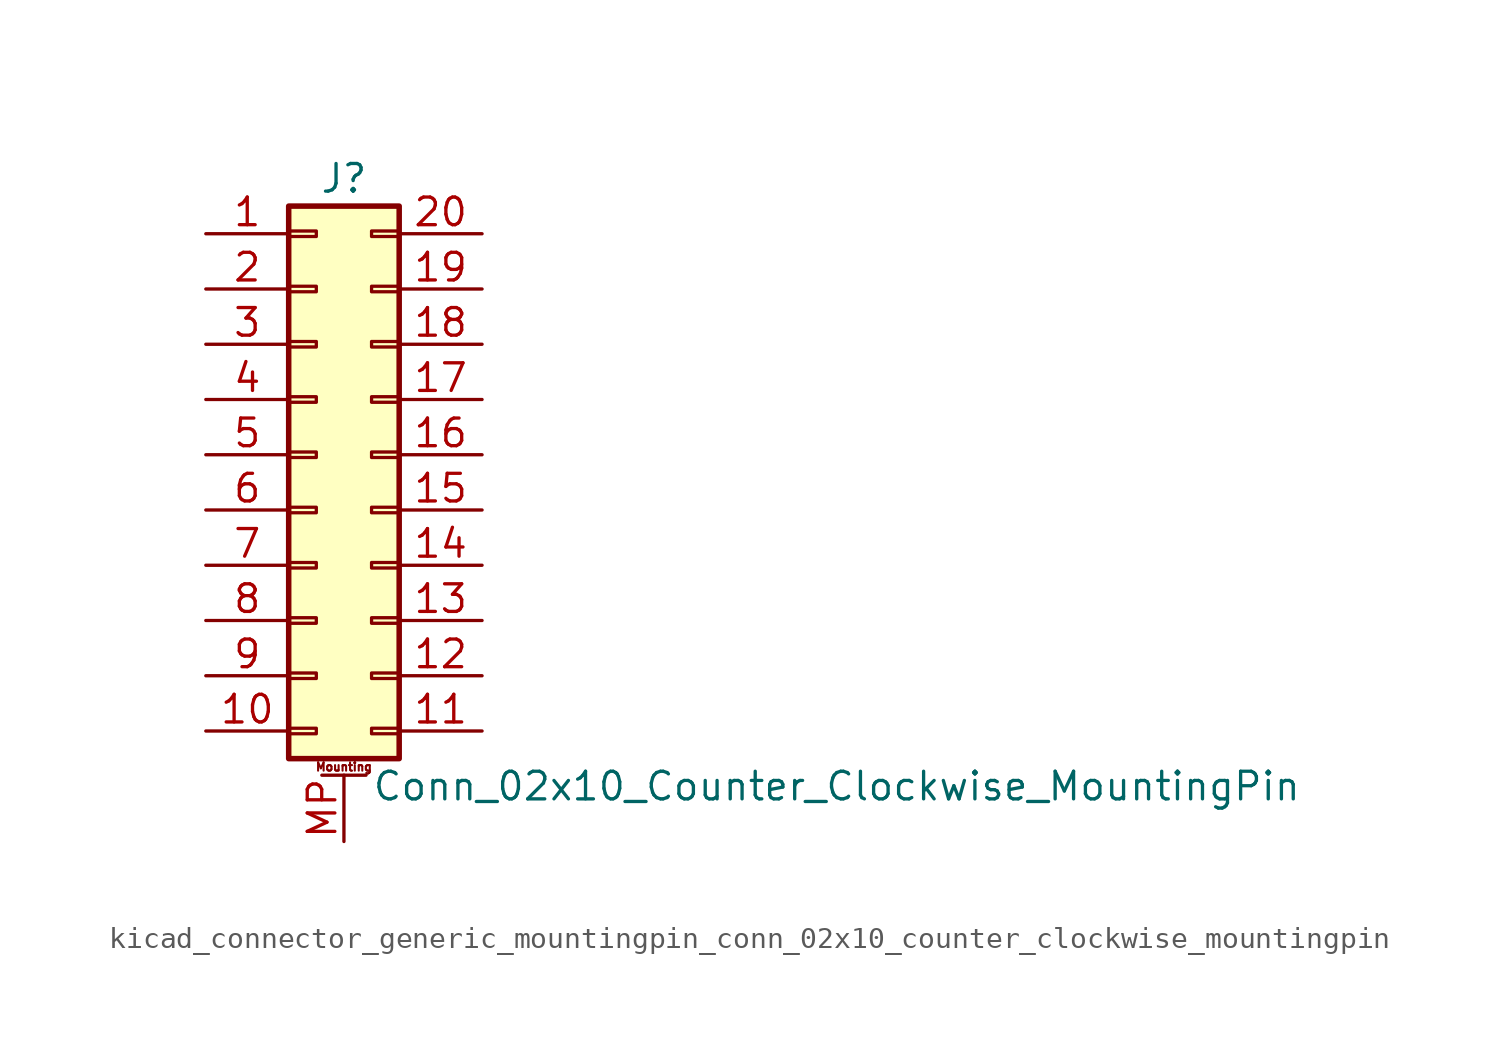
<source format=kicad_sym>
(kicad_symbol_lib
  (version 20220914)
  (generator kicad_symbol_editor)
  (symbol "kicad_connector_generic_mountingpin_conn_02x10_counter_clockwise_mountingpin"
    (pin_names
      (offset 1.016) hide)
    (property "Reference" "J"
      (at 1.27 12.7 0)
      (effects (font (size 1.27 1.27))))
    (property "Value" "Conn_02x10_Counter_Clockwise_MountingPin"
      (at 2.54 -15.24 0)
      (effects (font (size 1.27 1.27)) (justify left)))
    (symbol "kicad_connector_generic_mountingpin_conn_02x10_counter_clockwise_mountingpin_1_1"
      (rectangle (start -1.27 -12.573) (end 0 -12.827) (stroke (width 0.152) (type default)) (fill (type none)))
      (rectangle (start -1.27 -10.033) (end 0 -10.287) (stroke (width 0.152) (type default)) (fill (type none)))
      (rectangle (start -1.27 -7.493) (end 0 -7.747) (stroke (width 0.152) (type default)) (fill (type none)))
      (rectangle (start -1.27 -4.953) (end 0 -5.207) (stroke (width 0.152) (type default)) (fill (type none)))
      (rectangle (start -1.27 -2.413) (end 0 -2.667) (stroke (width 0.152) (type default)) (fill (type none)))
      (rectangle (start -1.27 0.127) (end 0 -0.127) (stroke (width 0.152) (type default)) (fill (type none)))
      (rectangle (start -1.27 2.667) (end 0 2.413) (stroke (width 0.152) (type default)) (fill (type none)))
      (rectangle (start -1.27 5.207) (end 0 4.953) (stroke (width 0.152) (type default)) (fill (type none)))
      (rectangle (start -1.27 7.747) (end 0 7.493) (stroke (width 0.152) (type default)) (fill (type none)))
      (rectangle (start -1.27 10.287) (end 0 10.033) (stroke (width 0.152) (type default)) (fill (type none)))
      (rectangle (start -1.27 11.43) (end 3.81 -13.97) (stroke (width 0.254) (type default)) (fill (type background)))
      (polyline (pts (xy 0.254 -14.732) (xy 2.286 -14.732)) (stroke (width 0.152) (type default)) (fill (type none)))
      (rectangle (start 3.81 -12.573) (end 2.54 -12.827) (stroke (width 0.152) (type default)) (fill (type none)))
      (rectangle (start 3.81 -10.033) (end 2.54 -10.287) (stroke (width 0.152) (type default)) (fill (type none)))
      (rectangle (start 3.81 -7.493) (end 2.54 -7.747) (stroke (width 0.152) (type default)) (fill (type none)))
      (rectangle (start 3.81 -4.953) (end 2.54 -5.207) (stroke (width 0.152) (type default)) (fill (type none)))
      (rectangle (start 3.81 -2.413) (end 2.54 -2.667) (stroke (width 0.152) (type default)) (fill (type none)))
      (rectangle (start 3.81 0.127) (end 2.54 -0.127) (stroke (width 0.152) (type default)) (fill (type none)))
      (rectangle (start 3.81 2.667) (end 2.54 2.413) (stroke (width 0.152) (type default)) (fill (type none)))
      (rectangle (start 3.81 5.207) (end 2.54 4.953) (stroke (width 0.152) (type default)) (fill (type none)))
      (rectangle (start 3.81 7.747) (end 2.54 7.493) (stroke (width 0.152) (type default)) (fill (type none)))
      (rectangle (start 3.81 10.287) (end 2.54 10.033) (stroke (width 0.152) (type default)) (fill (type none)))
      (text "Mounting" (at 1.27 -14.351 0) (effects (font (size 0.381 0.381))))
      (pin passive line (at -5.08 10.16 0) (length 3.81) (name "Pin_1" (effects (font (size 1.27 1.27)))) (number "1" (effects (font (size 1.27 1.27)))))
      (pin passive line (at -5.08 -12.7 0) (length 3.81) (name "Pin_10" (effects (font (size 1.27 1.27)))) (number "10" (effects (font (size 1.27 1.27)))))
      (pin passive line (at 7.62 -12.7 180) (length 3.81) (name "Pin_11" (effects (font (size 1.27 1.27)))) (number "11" (effects (font (size 1.27 1.27)))))
      (pin passive line (at 7.62 -10.16 180) (length 3.81) (name "Pin_12" (effects (font (size 1.27 1.27)))) (number "12" (effects (font (size 1.27 1.27)))))
      (pin passive line (at 7.62 -7.62 180) (length 3.81) (name "Pin_13" (effects (font (size 1.27 1.27)))) (number "13" (effects (font (size 1.27 1.27)))))
      (pin passive line (at 7.62 -5.08 180) (length 3.81) (name "Pin_14" (effects (font (size 1.27 1.27)))) (number "14" (effects (font (size 1.27 1.27)))))
      (pin passive line (at 7.62 -2.54 180) (length 3.81) (name "Pin_15" (effects (font (size 1.27 1.27)))) (number "15" (effects (font (size 1.27 1.27)))))
      (pin passive line (at 7.62 0 180) (length 3.81) (name "Pin_16" (effects (font (size 1.27 1.27)))) (number "16" (effects (font (size 1.27 1.27)))))
      (pin passive line (at 7.62 2.54 180) (length 3.81) (name "Pin_17" (effects (font (size 1.27 1.27)))) (number "17" (effects (font (size 1.27 1.27)))))
      (pin passive line (at 7.62 5.08 180) (length 3.81) (name "Pin_18" (effects (font (size 1.27 1.27)))) (number "18" (effects (font (size 1.27 1.27)))))
      (pin passive line (at 7.62 7.62 180) (length 3.81) (name "Pin_19" (effects (font (size 1.27 1.27)))) (number "19" (effects (font (size 1.27 1.27)))))
      (pin passive line (at -5.08 7.62 0) (length 3.81) (name "Pin_2" (effects (font (size 1.27 1.27)))) (number "2" (effects (font (size 1.27 1.27)))))
      (pin passive line (at 7.62 10.16 180) (length 3.81) (name "Pin_20" (effects (font (size 1.27 1.27)))) (number "20" (effects (font (size 1.27 1.27)))))
      (pin passive line (at -5.08 5.08 0) (length 3.81) (name "Pin_3" (effects (font (size 1.27 1.27)))) (number "3" (effects (font (size 1.27 1.27)))))
      (pin passive line (at -5.08 2.54 0) (length 3.81) (name "Pin_4" (effects (font (size 1.27 1.27)))) (number "4" (effects (font (size 1.27 1.27)))))
      (pin passive line (at -5.08 0 0) (length 3.81) (name "Pin_5" (effects (font (size 1.27 1.27)))) (number "5" (effects (font (size 1.27 1.27)))))
      (pin passive line (at -5.08 -2.54 0) (length 3.81) (name "Pin_6" (effects (font (size 1.27 1.27)))) (number "6" (effects (font (size 1.27 1.27)))))
      (pin passive line (at -5.08 -5.08 0) (length 3.81) (name "Pin_7" (effects (font (size 1.27 1.27)))) (number "7" (effects (font (size 1.27 1.27)))))
      (pin passive line (at -5.08 -7.62 0) (length 3.81) (name "Pin_8" (effects (font (size 1.27 1.27)))) (number "8" (effects (font (size 1.27 1.27)))))
      (pin passive line (at -5.08 -10.16 0) (length 3.81) (name "Pin_9" (effects (font (size 1.27 1.27)))) (number "9" (effects (font (size 1.27 1.27)))))
      (pin passive line (at 1.27 -17.78 90) (length 3.048) (name "MountPin" (effects (font (size 1.27 1.27)))) (number "MP" (effects (font (size 1.27 1.27))))))))
</source>
